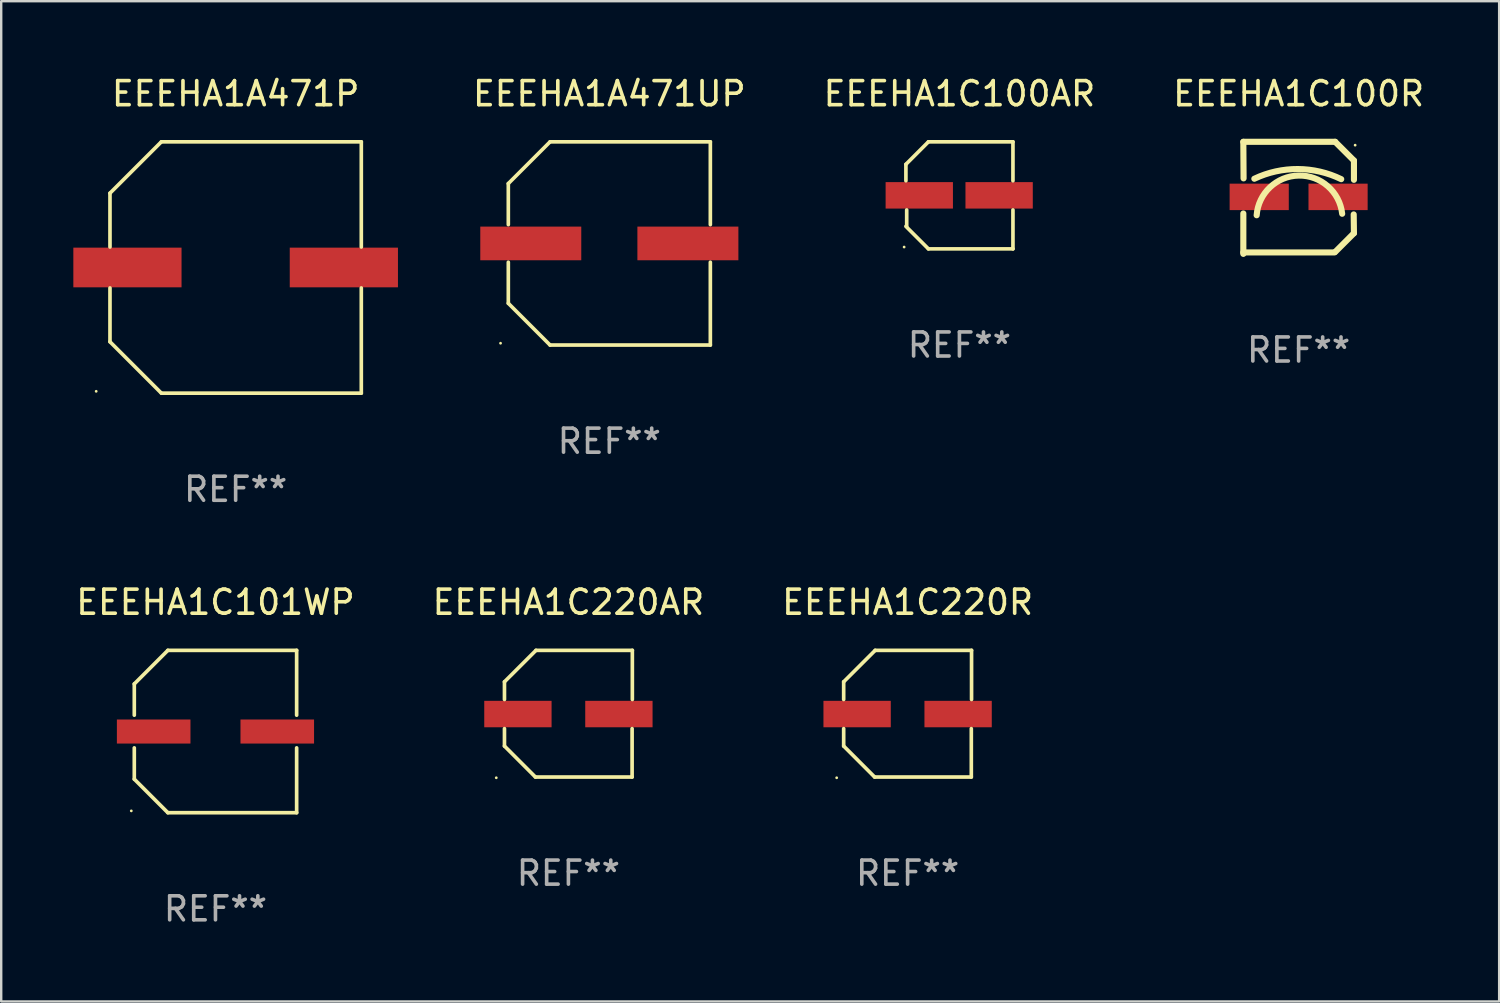
<source format=kicad_pcb>
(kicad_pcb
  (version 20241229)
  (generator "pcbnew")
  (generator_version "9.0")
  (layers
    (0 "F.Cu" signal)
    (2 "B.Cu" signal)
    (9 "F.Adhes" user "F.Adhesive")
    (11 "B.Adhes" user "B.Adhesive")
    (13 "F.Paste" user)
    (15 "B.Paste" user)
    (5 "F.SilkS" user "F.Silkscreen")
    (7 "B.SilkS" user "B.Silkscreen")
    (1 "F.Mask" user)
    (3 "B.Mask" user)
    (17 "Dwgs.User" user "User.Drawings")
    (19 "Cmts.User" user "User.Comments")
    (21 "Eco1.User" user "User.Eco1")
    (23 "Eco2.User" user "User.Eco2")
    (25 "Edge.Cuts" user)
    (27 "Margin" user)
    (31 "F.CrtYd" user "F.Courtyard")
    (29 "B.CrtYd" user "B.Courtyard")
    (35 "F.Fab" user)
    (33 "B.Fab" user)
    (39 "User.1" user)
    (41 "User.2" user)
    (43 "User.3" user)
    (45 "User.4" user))
  (footprint "EEEHA1C100R"
    (layer "F.Cu")
    (at 50.958 5.178)
    (property "Reference" "EEEHA1C100R" (at 0 -4.33 0) (layer "F.SilkS") (effects (font (size 1 1) (thickness 0.15))))
    (attr through_hole)
    (fp_line (start -2.3 -2.33) (end 1.52 -2.33) (stroke (width 0.254) (type solid)) (layer "F.SilkS"))
    (fp_line (start -2.3 2.27) (end 1.49 2.27) (stroke (width 0.254) (type solid)) (layer "F.SilkS"))
    (fp_line (start -2.3 2.33) (end -2.3 0.651) (stroke (width 0.254) (type solid)) (layer "F.SilkS"))
    (fp_line (start -2.29 -0.81) (end -2.3 -2.33) (stroke (width 0.254) (type solid)) (layer "F.SilkS"))
    (fp_line (start 2.3 -1.55) (end 1.52 -2.33) (stroke (width 0.254) (type solid)) (layer "F.SilkS"))
    (fp_line (start 2.3 1.47) (end 1.52 2.25) (stroke (width 0.254) (type solid)) (layer "F.SilkS"))
    (fp_line (start 2.3 1.47) (end 2.29 0.69) (stroke (width 0.254) (type solid)) (layer "F.SilkS"))
    (fp_line (start 2.3 -0.75) (end 2.3 -1.55) (stroke (width 0.254) (type solid)) (layer "F.SilkS"))
    (fp_arc (start -1.842151 -0.794552) (mid -0.033717 -1.197402) (end 1.770752 -0.777152) (stroke (width 0.254001) (type solid)) (layer "F.SilkS"))
    (fp_arc (start -1.745757 0.723659) (mid 0.004392 -0.926664) (end 1.810884 0.661786) (stroke (width 0.254001) (type solid)) (layer "F.SilkS"))
    (fp_circle (center 2.35 -2.191) (end 2.38 -2.191) (stroke (width 0.06) (type solid)) (fill no) (layer "F.SilkS"))
    (fp_text user "REF**" (at 0 6.33 0) (layer "F.Fab") (effects (font (size 1 1) (thickness 0.15))))
    (pad "1" smd rect (at 1.64 -0.04) (size 2.46 1.1) (layers "F.Cu" "F.Mask" "F.Paste"))
    (pad "2" smd rect (at -1.64 -0.04) (size 2.46 1.1) (layers "F.Cu" "F.Mask" "F.Paste")))
  (footprint "EEEHA1A471P"
    (layer "F.Cu")
    (at 6.75 8.074)
    (property "Reference" "EEEHA1A471P" (at 0 -7.226 0) (layer "F.SilkS") (effects (font (size 1 1) (thickness 0.15))))
    (attr through_hole)
    (fp_line (start -5.226 -3.09) (end -5.226 -0.852) (stroke (width 0.152) (type solid)) (layer "F.SilkS"))
    (fp_line (start -5.226 3.09) (end -5.226 0.852) (stroke (width 0.152) (type solid)) (layer "F.SilkS"))
    (fp_line (start -3.09 -5.226) (end -5.226 -3.09) (stroke (width 0.152) (type solid)) (layer "F.SilkS"))
    (fp_line (start -3.09 5.226) (end -5.226 3.09) (stroke (width 0.152) (type solid)) (layer "F.SilkS"))
    (fp_line (start 5.226 -5.226) (end -3.09 -5.226) (stroke (width 0.152) (type solid)) (layer "F.SilkS"))
    (fp_line (start 5.226 -0.852) (end 5.226 -5.226) (stroke (width 0.152) (type solid)) (layer "F.SilkS"))
    (fp_line (start 5.226 0.852) (end 5.226 5.226) (stroke (width 0.152) (type solid)) (layer "F.SilkS"))
    (fp_line (start 5.226 5.226) (end -3.09 5.226) (stroke (width 0.152) (type solid)) (layer "F.SilkS"))
    (fp_circle (center -5.8 5.15) (end -5.77 5.15) (stroke (width 0.06) (type solid)) (fill no) (layer "F.SilkS"))
    (fp_text user "REF**" (at 0 9.226 0) (layer "F.Fab") (effects (font (size 1 1) (thickness 0.15))))
    (pad "1" smd rect (at -4.5 0) (size 4.5 1.65) (layers "F.Cu" "F.Mask" "F.Paste"))
    (pad "2" smd rect (at 4.5 0) (size 4.5 1.65) (layers "F.Cu" "F.Mask" "F.Paste")))
  (footprint "EEEHA1C101WP"
    (layer "F.Cu")
    (at 5.911 27.373)
    (property "Reference" "EEEHA1C101WP" (at 0 -5.376 0) (layer "F.SilkS") (effects (font (size 1 1) (thickness 0.15))))
    (attr through_hole)
    (fp_line (start -3.376 -1.98) (end -3.376 -0.68) (stroke (width 0.152) (type solid)) (layer "F.SilkS"))
    (fp_line (start -3.376 -1.98) (end -1.98 -3.376) (stroke (width 0.152) (type solid)) (layer "F.SilkS"))
    (fp_line (start -3.376 0.68) (end -3.376 1.98) (stroke (width 0.152) (type solid)) (layer "F.SilkS"))
    (fp_line (start -3.376 1.98) (end -1.98 3.376) (stroke (width 0.152) (type solid)) (layer "F.SilkS"))
    (fp_line (start -1.98 -3.376) (end 3.376 -3.376) (stroke (width 0.152) (type solid)) (layer "F.SilkS"))
    (fp_line (start -1.98 3.376) (end 3.376 3.376) (stroke (width 0.152) (type solid)) (layer "F.SilkS"))
    (fp_line (start 3.376 -3.376) (end 3.376 -0.68) (stroke (width 0.152) (type solid)) (layer "F.SilkS"))
    (fp_line (start 3.376 0.68) (end 3.376 3.376) (stroke (width 0.152) (type solid)) (layer "F.SilkS"))
    (fp_circle (center -3.501 3.3) (end -3.471 3.3) (stroke (width 0.06) (type solid)) (fill no) (layer "F.SilkS"))
    (fp_text user "REF**" (at 0 7.376 0) (layer "F.Fab") (effects (font (size 1 1) (thickness 0.15))))
    (pad "1" smd rect (at -2.57 0.000013) (size 3.06 1) (layers "F.Cu" "F.Mask" "F.Paste"))
    (pad "2" smd rect (at 2.57 0.000013) (size 3.06 1) (layers "F.Cu" "F.Mask" "F.Paste")))
  (footprint "EEEHA1C220AR"
    (layer "F.Cu")
    (at 20.589 26.631)
    (property "Reference" "EEEHA1C220AR" (at 0 -4.634 0) (layer "F.SilkS") (effects (font (size 1 1) (thickness 0.15))))
    (attr through_hole)
    (fp_line (start -2.659 -1.326) (end -2.659 -0.592) (stroke (width 0.152) (type solid)) (layer "F.SilkS"))
    (fp_line (start -2.659 1.346) (end -2.659 0.622) (stroke (width 0.152) (type solid)) (layer "F.SilkS"))
    (fp_line (start -1.372 2.634) (end -2.659 1.346) (stroke (width 0.152) (type solid)) (layer "F.SilkS"))
    (fp_line (start -1.349 -2.634) (end -2.659 -1.326) (stroke (width 0.152) (type solid)) (layer "F.SilkS"))
    (fp_line (start 2.649 0.622) (end 2.649 2.634) (stroke (width 0.152) (type solid)) (layer "F.SilkS"))
    (fp_line (start 2.649 2.634) (end -1.372 2.634) (stroke (width 0.152) (type solid)) (layer "F.SilkS"))
    (fp_line (start 2.659 -2.634) (end -1.349 -2.634) (stroke (width 0.152) (type solid)) (layer "F.SilkS"))
    (fp_line (start 2.659 -0.592) (end 2.659 -2.634) (stroke (width 0.152) (type solid)) (layer "F.SilkS"))
    (fp_circle (center -3 2.665) (end -2.97 2.665) (stroke (width 0.06) (type solid)) (fill no) (layer "F.SilkS"))
    (fp_text user "REF**" (at 0 6.634 0) (layer "F.Fab") (effects (font (size 1 1) (thickness 0.15))))
    (pad "1" smd rect (at -2.1 0.015) (size 2.8 1.1) (layers "F.Cu" "F.Mask" "F.Paste"))
    (pad "2" smd rect (at 2.1 0.015) (size 2.8 1.1) (layers "F.Cu" "F.Mask" "F.Paste")))
  (footprint "EEEHA1A471UP"
    (layer "F.Cu")
    (at 22.291 7.074)
    (property "Reference" "EEEHA1A471UP" (at 0 -6.226 0) (layer "F.SilkS") (effects (font (size 1 1) (thickness 0.15))))
    (attr through_hole)
    (fp_line (start -4.201 -2.49) (end -4.201 -0.782) (stroke (width 0.152) (type solid)) (layer "F.SilkS"))
    (fp_line (start -4.201 2.49) (end -4.201 0.782) (stroke (width 0.152) (type solid)) (layer "F.SilkS"))
    (fp_line (start -2.465 -4.226) (end -4.201 -2.49) (stroke (width 0.152) (type solid)) (layer "F.SilkS"))
    (fp_line (start -2.465 4.226) (end -4.201 2.49) (stroke (width 0.152) (type solid)) (layer "F.SilkS"))
    (fp_line (start 4.201 -4.226) (end -2.465 -4.226) (stroke (width 0.152) (type solid)) (layer "F.SilkS"))
    (fp_line (start 4.201 -0.782) (end 4.201 -4.226) (stroke (width 0.152) (type solid)) (layer "F.SilkS"))
    (fp_line (start 4.201 0.782) (end 4.201 4.226) (stroke (width 0.152) (type solid)) (layer "F.SilkS"))
    (fp_line (start 4.201 4.226) (end -2.465 4.226) (stroke (width 0.152) (type solid)) (layer "F.SilkS"))
    (fp_circle (center -4.524 4.15) (end -4.494 4.15) (stroke (width 0.06) (type solid)) (fill no) (layer "F.SilkS"))
    (fp_text user "REF**" (at 0 8.226 0) (layer "F.Fab") (effects (font (size 1 1) (thickness 0.15))))
    (pad "1" smd rect (at -3.267 0) (size 4.2 1.4) (layers "F.Cu" "F.Mask" "F.Paste"))
    (pad "2" smd rect (at 3.267 0) (size 4.2 1.4) (layers "F.Cu" "F.Mask" "F.Paste")))
  (footprint "EEEHA1C220R"
    (layer "F.Cu")
    (at 34.696 26.631)
    (property "Reference" "EEEHA1C220R" (at 0 -4.634 0) (layer "F.SilkS") (effects (font (size 1 1) (thickness 0.15))))
    (attr through_hole)
    (fp_line (start -2.659 -1.326) (end -2.659 -0.592) (stroke (width 0.152) (type solid)) (layer "F.SilkS"))
    (fp_line (start -2.659 1.346) (end -2.659 0.622) (stroke (width 0.152) (type solid)) (layer "F.SilkS"))
    (fp_line (start -1.372 2.634) (end -2.659 1.346) (stroke (width 0.152) (type solid)) (layer "F.SilkS"))
    (fp_line (start -1.349 -2.634) (end -2.659 -1.326) (stroke (width 0.152) (type solid)) (layer "F.SilkS"))
    (fp_line (start 2.649 0.622) (end 2.649 2.634) (stroke (width 0.152) (type solid)) (layer "F.SilkS"))
    (fp_line (start 2.649 2.634) (end -1.372 2.634) (stroke (width 0.152) (type solid)) (layer "F.SilkS"))
    (fp_line (start 2.659 -2.634) (end -1.349 -2.634) (stroke (width 0.152) (type solid)) (layer "F.SilkS"))
    (fp_line (start 2.659 -0.592) (end 2.659 -2.634) (stroke (width 0.152) (type solid)) (layer "F.SilkS"))
    (fp_circle (center -2.95 2.665) (end -2.92 2.665) (stroke (width 0.06) (type solid)) (fill no) (layer "F.SilkS"))
    (fp_text user "REF**" (at 0 6.634 0) (layer "F.Fab") (effects (font (size 1 1) (thickness 0.15))))
    (pad "1" smd rect (at -2.1 0.015) (size 2.8 1.1) (layers "F.Cu" "F.Mask" "F.Paste"))
    (pad "2" smd rect (at 2.1 0.015) (size 2.8 1.1) (layers "F.Cu" "F.Mask" "F.Paste")))
  (footprint "EEEHA1C100AR"
    (layer "F.Cu")
    (at 36.851 5.074)
    (property "Reference" "EEEHA1C100AR" (at 0 -4.226 0) (layer "F.SilkS") (effects (font (size 1 1) (thickness 0.15))))
    (attr through_hole)
    (fp_line (start -2.226 -1.29) (end -2.226 -0.607) (stroke (width 0.152) (type solid)) (layer "F.SilkS"))
    (fp_line (start -2.193 1.29) (end -2.193 0.607) (stroke (width 0.152) (type solid)) (layer "F.SilkS"))
    (fp_line (start -1.29 2.226) (end -2.226 1.29) (stroke (width 0.152) (type solid)) (layer "F.SilkS"))
    (fp_line (start -1.29 -2.226) (end -2.226 -1.29) (stroke (width 0.152) (type solid)) (layer "F.SilkS"))
    (fp_line (start 2.226 -2.226) (end -1.29 -2.226) (stroke (width 0.152) (type solid)) (layer "F.SilkS"))
    (fp_line (start 2.226 -0.607) (end 2.226 -2.226) (stroke (width 0.152) (type solid)) (layer "F.SilkS"))
    (fp_line (start 2.226 0.607) (end 2.226 2.226) (stroke (width 0.152) (type solid)) (layer "F.SilkS"))
    (fp_line (start 2.226 2.226) (end -1.29 2.226) (stroke (width 0.152) (type solid)) (layer "F.SilkS"))
    (fp_circle (center -2.3 2.15) (end -2.27 2.15) (stroke (width 0.06) (type solid)) (fill no) (layer "F.SilkS"))
    (fp_text user "REF**" (at 0 6.226 0) (layer "F.Fab") (effects (font (size 1 1) (thickness 0.15))))
    (pad "1" smd rect (at -1.67 -0.000025) (size 2.8 1.1) (layers "F.Cu" "F.Mask" "F.Paste"))
    (pad "2" smd rect (at 1.651 -0.000025) (size 2.8 1.1) (layers "F.Cu" "F.Mask" "F.Paste")))
  (gr_rect
    (start -3 -3)
    (end 59.297 38.598)
    (stroke (width 0.1) (type default))
    (fill no)
    (layer "Edge.Cuts")))
</source>
